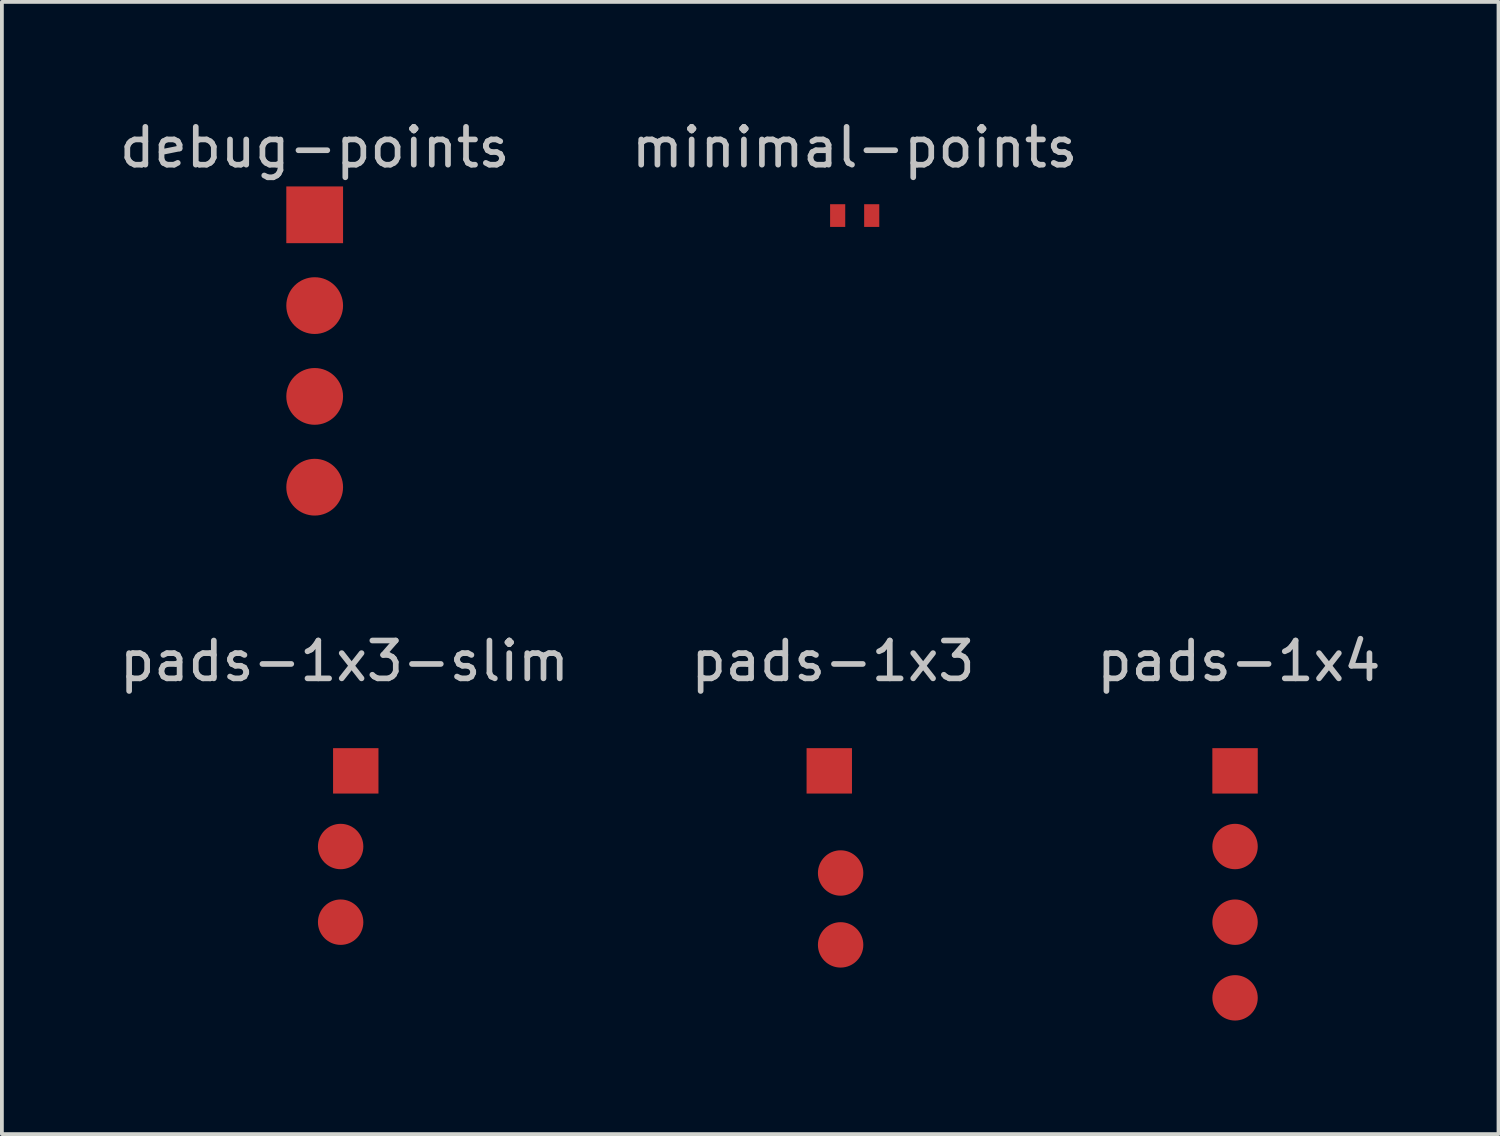
<source format=kicad_pcb>
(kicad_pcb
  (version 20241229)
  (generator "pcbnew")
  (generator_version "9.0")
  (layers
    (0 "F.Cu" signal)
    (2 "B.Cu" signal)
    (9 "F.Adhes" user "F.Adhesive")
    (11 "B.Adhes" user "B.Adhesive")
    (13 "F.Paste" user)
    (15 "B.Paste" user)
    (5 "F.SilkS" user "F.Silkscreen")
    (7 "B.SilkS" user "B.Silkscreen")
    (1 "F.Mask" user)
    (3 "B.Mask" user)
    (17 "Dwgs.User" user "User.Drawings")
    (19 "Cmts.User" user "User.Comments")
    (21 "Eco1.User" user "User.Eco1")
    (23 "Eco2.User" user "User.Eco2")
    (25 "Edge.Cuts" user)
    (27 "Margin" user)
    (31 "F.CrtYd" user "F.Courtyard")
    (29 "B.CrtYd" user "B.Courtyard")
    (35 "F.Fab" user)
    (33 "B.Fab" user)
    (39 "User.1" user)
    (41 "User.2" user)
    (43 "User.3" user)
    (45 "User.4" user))
  (footprint "pads-1x3"
    (layer "F.Cu")
    (at 18.87 17.326)
    (property "Reference" "pads-1x3" (at 0.1 -2.9 0) (layer "Dwgs.User") (effects (font (size 1 1) (thickness 0.15))))
    (attr through_hole)
    (pad "1" smd rect (at 0 0) (size 1.2 1.2) (layers "F.Cu" "F.Mask"))
    (pad "2" smd oval (at 0.3 2.7) (size 1.2 1.2) (layers "F.Cu" "F.Mask"))
    (pad "3" smd oval (at 0.3 4.6) (size 1.2 1.2) (layers "F.Cu" "F.Mask")))
  (footprint "pads-1x3-slim"
    (layer "F.Cu")
    (at 5.954 17.326)
    (property "Reference" "pads-1x3-slim" (at 0.1 -2.9 0) (layer "Dwgs.User") (effects (font (size 1 1) (thickness 0.15))))
    (attr through_hole)
    (pad "1" smd rect (at 0.4 0) (size 1.2 1.2) (layers "F.Cu" "F.Mask"))
    (pad "2" smd oval (at 0 2) (size 1.2 1.2) (layers "F.Cu" "F.Mask"))
    (pad "3" smd oval (at 0 4) (size 1.2 1.2) (layers "F.Cu" "F.Mask")))
  (footprint "debug-points"
    (layer "F.Cu")
    (at 5.268 2.628)
    (property "Reference" "debug-points" (at 0 -1.78 0) (layer "Dwgs.User") (effects (font (size 1 1) (thickness 0.15))))
    (attr through_hole)
    (pad "1" smd rect (at 0 0) (size 1.5 1.5) (layers "F.Cu" "F.Mask" "F.Paste"))
    (pad "2" smd circle (at 0 2.4) (size 1.5 1.5) (layers "F.Cu" "F.Mask" "F.Paste"))
    (pad "3" smd circle (at 0 4.8) (size 1.5 1.5) (layers "F.Cu" "F.Mask" "F.Paste"))
    (pad "4" smd circle (at 0 7.2) (size 1.5 1.5) (layers "F.Cu" "F.Mask" "F.Paste")))
  (footprint "pads-1x4"
    (layer "F.Cu")
    (at 29.596 17.326)
    (property "Reference" "pads-1x4" (at 0.1 -2.9 0) (layer "Dwgs.User") (effects (font (size 1 1) (thickness 0.15))))
    (attr through_hole)
    (pad "1" smd rect (at 0 0) (size 1.2 1.2) (layers "F.Cu" "F.Mask" "F.Paste"))
    (pad "2" smd circle (at 0 2) (size 1.2 1.2) (layers "F.Cu" "F.Mask" "F.Paste"))
    (pad "3" smd circle (at 0 4) (size 1.2 1.2) (layers "F.Cu" "F.Mask" "F.Paste"))
    (pad "4" smd circle (at 0 6) (size 1.2 1.2) (layers "F.Cu" "F.Mask" "F.Paste")))
  (footprint "minimal-points"
    (layer "F.Cu")
    (at 19.542 2.648)
    (property "Reference" "minimal-points" (at 0 -1.8 0) (layer "Dwgs.User") (effects (font (size 1 1) (thickness 0.15))))
    (attr smd)
    (pad "1" smd rect (at -0.45 0) (size 0.4 0.6) (layers "F.Cu"))
    (pad "2" smd rect (at 0.45 0) (size 0.4 0.6) (layers "F.Cu")))
  (gr_rect
    (start -3 -3)
    (end 36.56 26.927)
    (stroke (width 0.1) (type default))
    (fill no)
    (layer "Edge.Cuts")))
</source>
